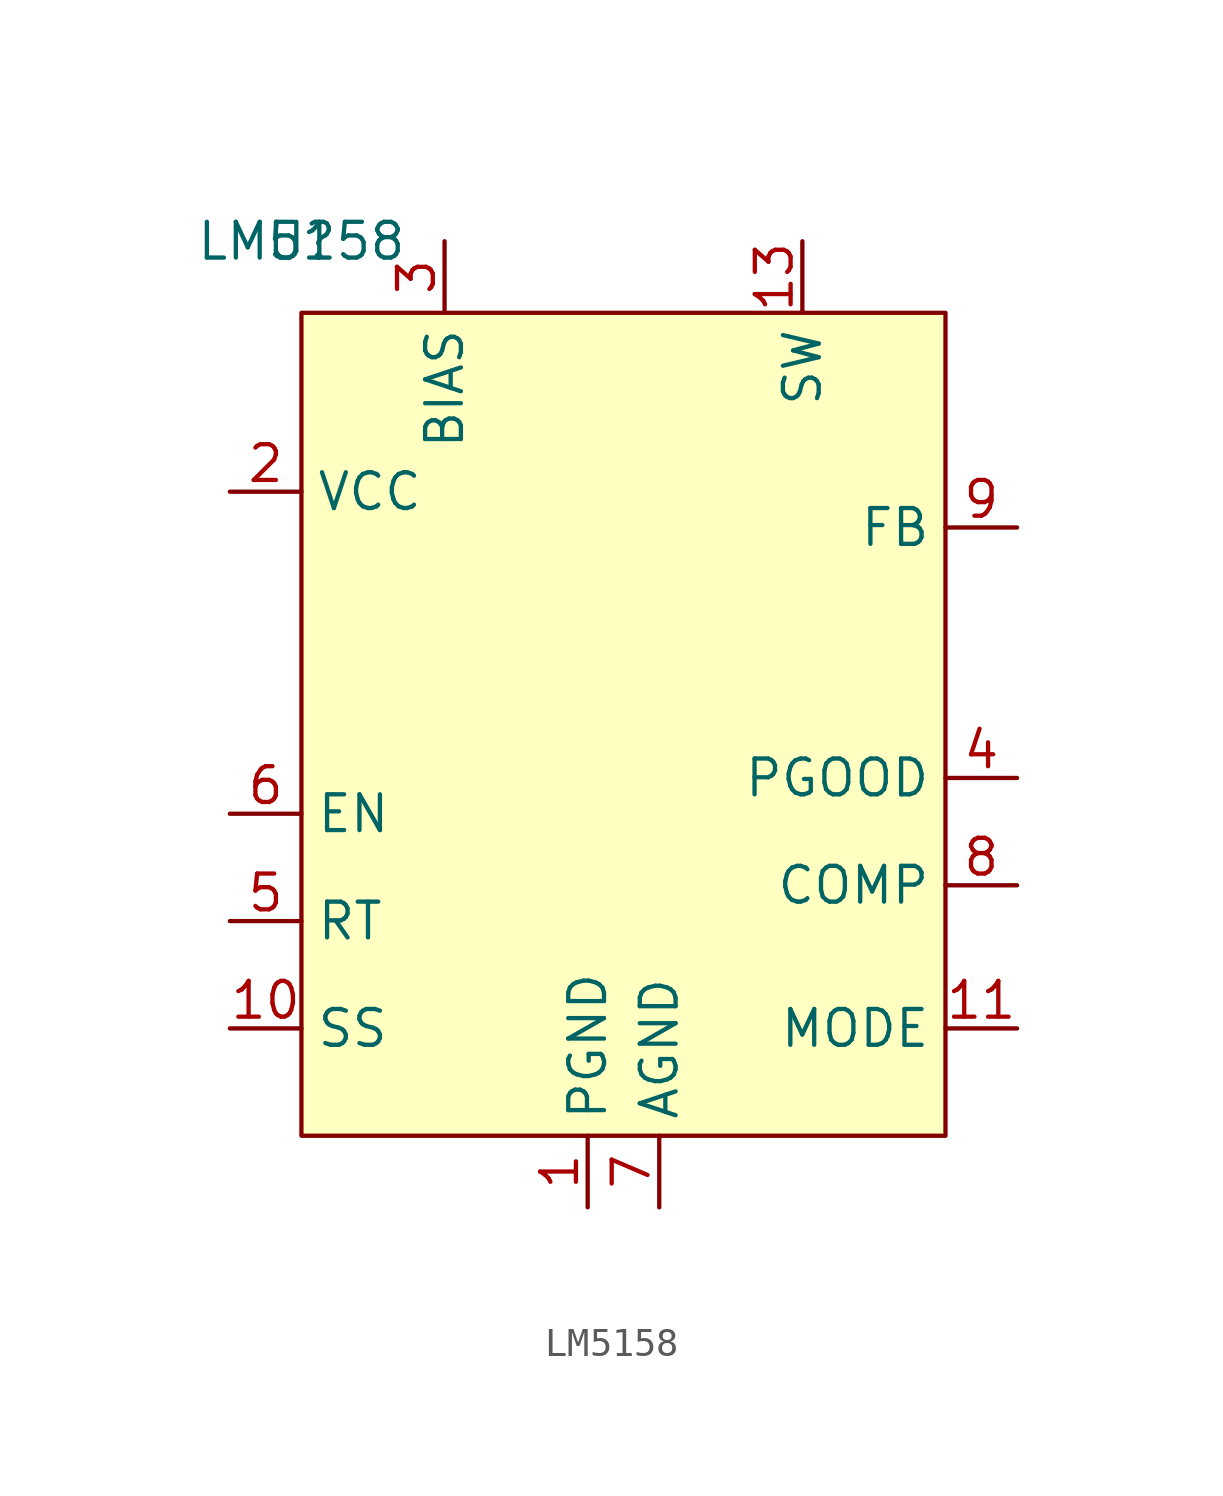
<source format=kicad_sym>
(kicad_symbol_lib
  (version 20241209)
  (generator "kicad_symbol_editor")
  (generator_version "9.0")
  (symbol "LM5158"
    (property "Reference" "U"
      (at 0 0 0)
      (effects (font (size 1.27 1.27))))
    (property "Value" "LM5158"
      (at 0 0 0)
      (effects (font (size 1.27 1.27))))
    (symbol "LM5158_1_1"
      (rectangle (start 0 -2.54) (end 22.86 -31.75) (stroke (width 0) (type solid)) (fill (type background)))
      (pin power_in line (at -2.54 -8.89 0) (length 2.54) (name "VCC" (effects (font (size 1.27 1.27)))) (number "2" (effects (font (size 1.27 1.27)))))
      (pin no_connect line (at -2.54 -11.43 0) (length 2.54) (hide yes) (name "NC" (effects (font (size 1.27 1.27)))) (number "12" (effects (font (size 1.27 1.27)))))
      (pin no_connect line (at -2.54 -13.97 0) (length 2.54) (hide yes) (name "NC" (effects (font (size 1.27 1.27)))) (number "15" (effects (font (size 1.27 1.27)))))
      (pin input line (at -2.54 -20.32 0) (length 2.54) (name "EN" (effects (font (size 1.27 1.27)))) (number "6" (effects (font (size 1.27 1.27)))))
      (pin input line (at -2.54 -24.13 0) (length 2.54) (name "RT" (effects (font (size 1.27 1.27)))) (number "5" (effects (font (size 1.27 1.27)))))
      (pin input line (at -2.54 -27.94 0) (length 2.54) (name "SS" (effects (font (size 1.27 1.27)))) (number "10" (effects (font (size 1.27 1.27)))))
      (pin power_in line (at 5.08 0 270) (length 2.54) (name "BIAS" (effects (font (size 1.27 1.27)))) (number "3" (effects (font (size 1.27 1.27)))))
      (pin power_in line (at 10.16 -34.29 90) (length 2.54) (name "PGND" (effects (font (size 1.27 1.27)))) (number "1" (effects (font (size 1.27 1.27)))))
      (pin power_in line (at 10.16 -34.29 90) (length 2.54) (hide yes) (name "PGND" (effects (font (size 1.27 1.27)))) (number "16" (effects (font (size 1.27 1.27)))))
      (pin power_in line (at 12.7 -34.29 90) (length 2.54) (name "AGND" (effects (font (size 1.27 1.27)))) (number "7" (effects (font (size 1.27 1.27)))))
      (pin bidirectional line (at 17.78 0 270) (length 2.54) (name "SW" (effects (font (size 1.27 1.27)))) (number "13" (effects (font (size 1.27 1.27)))))
      (pin bidirectional line (at 17.78 0 270) (length 2.54) (hide yes) (name "SW" (effects (font (size 1.27 1.27)))) (number "14" (effects (font (size 1.27 1.27)))))
      (pin input line (at 25.4 -10.16 180) (length 2.54) (name "FB" (effects (font (size 1.27 1.27)))) (number "9" (effects (font (size 1.27 1.27)))))
      (pin output line (at 25.4 -19.05 180) (length 2.54) (name "PGOOD" (effects (font (size 1.27 1.27)))) (number "4" (effects (font (size 1.27 1.27)))))
      (pin output line (at 25.4 -22.86 180) (length 2.54) (name "COMP" (effects (font (size 1.27 1.27)))) (number "8" (effects (font (size 1.27 1.27)))))
      (pin input line (at 25.4 -27.94 180) (length 2.54) (name "MODE" (effects (font (size 1.27 1.27)))) (number "11" (effects (font (size 1.27 1.27))))))))
</source>
